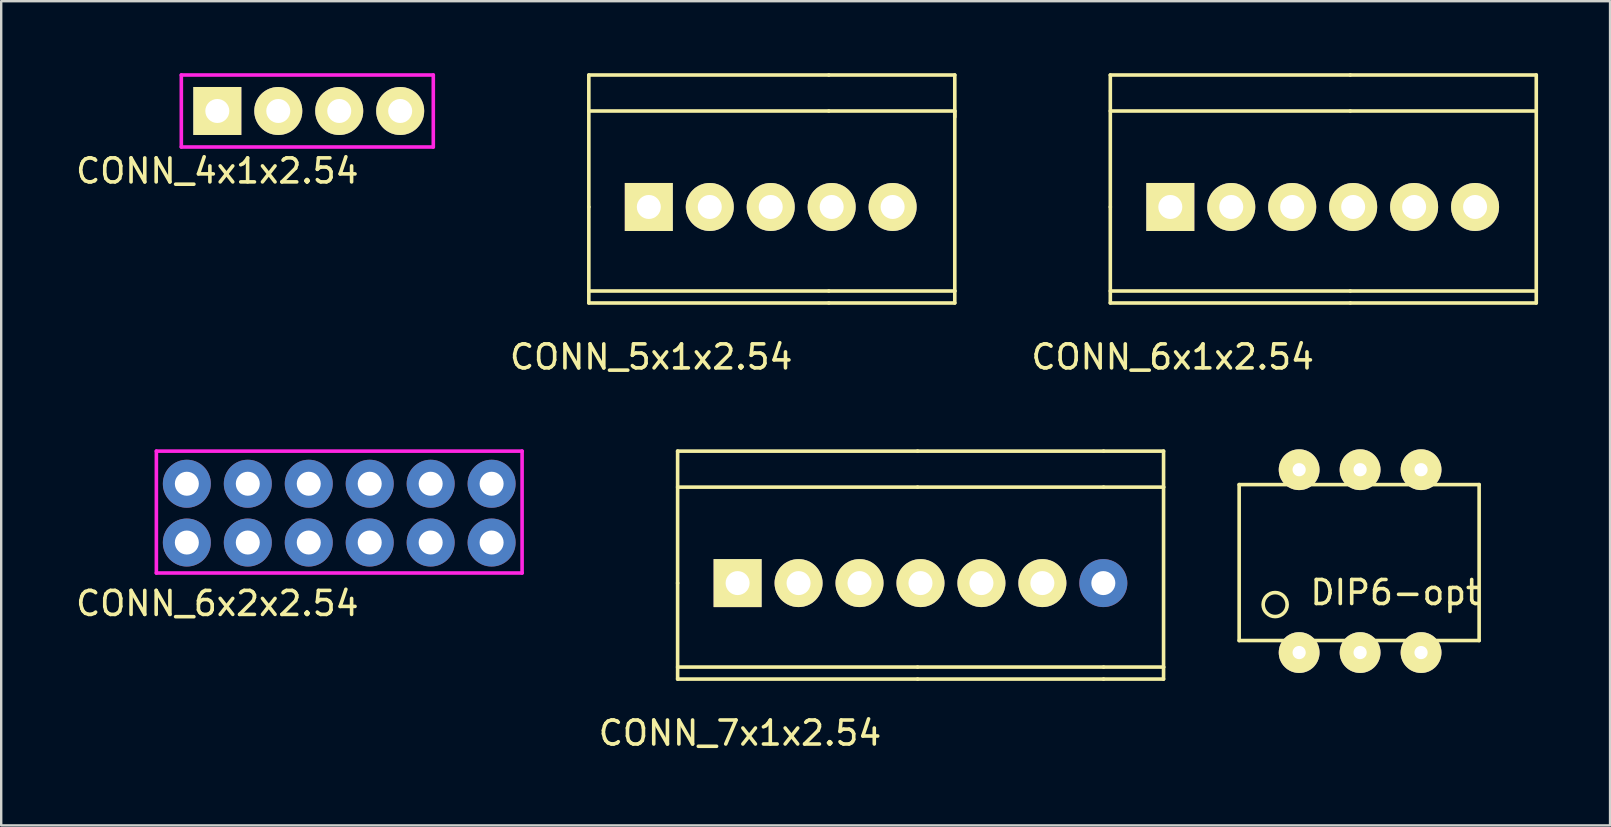
<source format=kicad_pcb>
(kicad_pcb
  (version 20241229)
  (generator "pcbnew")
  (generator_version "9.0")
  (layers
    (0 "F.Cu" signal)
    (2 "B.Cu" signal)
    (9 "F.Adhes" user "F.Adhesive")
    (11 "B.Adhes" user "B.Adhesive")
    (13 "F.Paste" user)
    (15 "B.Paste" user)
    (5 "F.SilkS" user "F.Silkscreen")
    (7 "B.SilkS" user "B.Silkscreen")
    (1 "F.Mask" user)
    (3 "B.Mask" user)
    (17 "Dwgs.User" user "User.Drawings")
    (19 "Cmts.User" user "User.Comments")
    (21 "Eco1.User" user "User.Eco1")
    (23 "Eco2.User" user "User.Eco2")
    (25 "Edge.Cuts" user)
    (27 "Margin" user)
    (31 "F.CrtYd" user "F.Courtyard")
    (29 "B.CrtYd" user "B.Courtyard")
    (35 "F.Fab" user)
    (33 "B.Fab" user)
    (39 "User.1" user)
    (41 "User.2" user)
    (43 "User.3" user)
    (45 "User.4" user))
  (footprint "CONN_6x2x2.54"
    (layer "F.Cu")
    (at 4.736 19.558)
    (property "Reference" "CONN_6x2x2.54" (at 1.27 2.54 0) (layer "F.SilkS") (effects (font (size 1 1) (thickness 0.15))))
    (attr through_hole)
    (fp_line (start -1.27 -3.81) (end -1.27 1.27) (stroke (width 0.15) (type solid)) (layer "F.CrtYd"))
    (fp_line (start -1.27 1.27) (end 13.97 1.27) (stroke (width 0.15) (type solid)) (layer "F.CrtYd"))
    (fp_line (start 13.97 -3.81) (end -1.27 -3.81) (stroke (width 0.15) (type solid)) (layer "F.CrtYd"))
    (fp_line (start 13.97 1.27) (end 13.97 -3.81) (stroke (width 0.15) (type solid)) (layer "F.CrtYd"))
    (pad "1" thru_hole circle (at 0 0) (size 2 2) (drill 1) (layers "*.Cu" "*.Mask"))
    (pad "2" thru_hole circle (at 2.54 0) (size 2 2) (drill 1) (layers "*.Cu" "*.Mask"))
    (pad "3" thru_hole circle (at 5.08 0) (size 2 2) (drill 1) (layers "*.Cu" "*.Mask"))
    (pad "4" thru_hole circle (at 7.62 0) (size 2 2) (drill 1) (layers "*.Cu" "*.Mask"))
    (pad "5" thru_hole circle (at 10.16 0) (size 2 2) (drill 1) (layers "*.Cu" "*.Mask"))
    (pad "6" thru_hole circle (at 12.7 0) (size 2 2) (drill 1) (layers "*.Cu" "*.Mask"))
    (pad "7" thru_hole circle (at 12.7 -2.45) (size 2 2) (drill 1) (layers "*.Cu" "*.Mask"))
    (pad "8" thru_hole circle (at 10.16 -2.45) (size 2 2) (drill 1) (layers "*.Cu" "*.Mask"))
    (pad "9" thru_hole circle (at 7.62 -2.45) (size 2 2) (drill 1) (layers "*.Cu" "*.Mask"))
    (pad "10" thru_hole circle (at 5.08 -2.45) (size 2 2) (drill 1) (layers "*.Cu" "*.Mask"))
    (pad "11" thru_hole circle (at 2.54 -2.45) (size 2 2) (drill 1) (layers "*.Cu" "*.Mask"))
    (pad "12" thru_hole circle (at 0 -2.45) (size 2 2) (drill 1) (layers "*.Cu" "*.Mask")))
  (footprint "CONN_7x1x2.54"
    (layer "F.Cu")
    (at 27.687 21.248)
    (property "Reference" "CONN_7x1x2.54" (at 0.1 6.25 0) (layer "F.SilkS") (effects (font (size 1 1) (thickness 0.15))))
    (attr through_hole)
    (fp_line (start -2.5 -5.5) (end -2.5 0) (stroke (width 0.15) (type solid)) (layer "F.SilkS"))
    (fp_line (start -2.5 -4) (end 7.5 -4) (stroke (width 0.15) (type solid)) (layer "F.SilkS"))
    (fp_line (start -2.5 0) (end -2.5 4) (stroke (width 0.15) (type solid)) (layer "F.SilkS"))
    (fp_line (start -2.5 3.5) (end 7.5 3.5) (stroke (width 0.15) (type solid)) (layer "F.SilkS"))
    (fp_line (start -2.5 4) (end 7.5 4) (stroke (width 0.15) (type solid)) (layer "F.SilkS"))
    (fp_line (start 7.5 -5.5) (end -2.5 -5.5) (stroke (width 0.15) (type solid)) (layer "F.SilkS"))
    (fp_line (start 7.5 -5.5) (end 15.25 -5.5) (stroke (width 0.15) (type solid)) (layer "F.SilkS"))
    (fp_line (start 7.5 3.5) (end 15.25 3.5) (stroke (width 0.15) (type solid)) (layer "F.SilkS"))
    (fp_line (start 7.5 4) (end 15.25 4) (stroke (width 0.15) (type solid)) (layer "F.SilkS"))
    (fp_line (start 15.25 -4) (end 7.5 -4) (stroke (width 0.15) (type solid)) (layer "F.SilkS"))
    (fp_line (start 15.25 -4) (end 17.75 -4) (stroke (width 0.15) (type solid)) (layer "F.SilkS"))
    (fp_line (start 15.25 4) (end 17.75 4) (stroke (width 0.15) (type solid)) (layer "F.SilkS"))
    (fp_line (start 17.75 -5.5) (end 15.25 -5.5) (stroke (width 0.15) (type solid)) (layer "F.SilkS"))
    (fp_line (start 17.75 -4) (end 17.75 -5.5) (stroke (width 0.15) (type solid)) (layer "F.SilkS"))
    (fp_line (start 17.75 -4) (end 17.75 3.5) (stroke (width 0.15) (type solid)) (layer "F.SilkS"))
    (fp_line (start 17.75 3.5) (end 15.25 3.5) (stroke (width 0.15) (type solid)) (layer "F.SilkS"))
    (fp_line (start 17.75 4) (end 17.75 3.5) (stroke (width 0.15) (type solid)) (layer "F.SilkS"))
    (pad "1" thru_hole rect (at 0 0) (size 2 2) (drill 1) (layers "*.Cu" "*.Mask" "F.SilkS"))
    (pad "2" thru_hole circle (at 2.54 0) (size 2 2) (drill 1) (layers "*.Cu" "*.Mask" "F.SilkS"))
    (pad "3" thru_hole circle (at 5.08 0) (size 2 2) (drill 1) (layers "*.Cu" "*.Mask" "F.SilkS"))
    (pad "4" thru_hole circle (at 7.62 0) (size 2 2) (drill 1) (layers "*.Cu" "*.Mask" "F.SilkS"))
    (pad "5" thru_hole circle (at 10.16 0) (size 2 2) (drill 1) (layers "*.Cu" "*.Mask" "F.SilkS"))
    (pad "6" thru_hole circle (at 12.7 0) (size 2 2) (drill 1) (layers "*.Cu" "*.Mask" "F.SilkS"))
    (pad "7" thru_hole circle (at 15.24 0) (size 2 2) (drill 1) (layers "*.Cu" "*.Mask")))
  (footprint "DIP6-opt"
    (layer "F.Cu")
    (at 53.587 20.143)
    (property "Reference" "DIP6-opt" (at 1.5 1.5 0) (layer "F.SilkS") (effects (font (size 1 1) (thickness 0.15))))
    (attr through_hole)
    (fp_line (start -5 -3) (end -5 3.5) (stroke (width 0.15) (type solid)) (layer "F.SilkS"))
    (fp_line (start -5 -3) (end 5 -3) (stroke (width 0.15) (type solid)) (layer "F.SilkS"))
    (fp_line (start 5 3.5) (end -5 3.5) (stroke (width 0.15) (type solid)) (layer "F.SilkS"))
    (fp_line (start 5 3.5) (end 5 -3) (stroke (width 0.15) (type solid)) (layer "F.SilkS"))
    (fp_circle (center -3.5 2) (end -3 2) (stroke (width 0.15) (type solid)) (fill no) (layer "F.SilkS"))
    (pad "1" thru_hole circle (at -2.5 4) (size 1.7 1.7) (drill 0.55) (layers "*.Cu" "*.Mask" "F.SilkS"))
    (pad "2" thru_hole circle (at 0.04 4) (size 1.7 1.7) (drill 0.55) (layers "*.Cu" "*.Mask" "F.SilkS"))
    (pad "3" thru_hole circle (at 2.58 4) (size 1.7 1.7) (drill 0.55) (layers "*.Cu" "*.Mask" "F.SilkS"))
    (pad "4" thru_hole circle (at 2.58 -3.62) (size 1.7 1.7) (drill 0.55) (layers "*.Cu" "*.Mask" "F.SilkS"))
    (pad "5" thru_hole circle (at 0.04 -3.62) (size 1.7 1.7) (drill 0.55) (layers "*.Cu" "*.Mask" "F.SilkS"))
    (pad "6" thru_hole circle (at -2.5 -3.62) (size 1.7 1.7) (drill 0.55) (layers "*.Cu" "*.Mask" "F.SilkS")))
  (footprint "CONN_5x1x2.54"
    (layer "F.Cu")
    (at 23.987 5.575)
    (property "Reference" "CONN_5x1x2.54" (at 0.1 6.25 0) (layer "F.SilkS") (effects (font (size 1 1) (thickness 0.15))))
    (attr through_hole)
    (fp_line (start -2.5 -5.5) (end -2.5 0) (stroke (width 0.15) (type solid)) (layer "F.SilkS"))
    (fp_line (start -2.5 -4) (end 7.5 -4) (stroke (width 0.15) (type solid)) (layer "F.SilkS"))
    (fp_line (start -2.5 0) (end -2.5 4) (stroke (width 0.15) (type solid)) (layer "F.SilkS"))
    (fp_line (start -2.5 3.5) (end 7.5 3.5) (stroke (width 0.15) (type solid)) (layer "F.SilkS"))
    (fp_line (start -2.5 4) (end 7.5 4) (stroke (width 0.15) (type solid)) (layer "F.SilkS"))
    (fp_line (start 7.5 -5.5) (end -2.5 -5.5) (stroke (width 0.15) (type solid)) (layer "F.SilkS"))
    (fp_line (start 7.5 -5.5) (end 12.75 -5.5) (stroke (width 0.15) (type solid)) (layer "F.SilkS"))
    (fp_line (start 7.5 3.5) (end 12.75 3.5) (stroke (width 0.15) (type solid)) (layer "F.SilkS"))
    (fp_line (start 7.5 4) (end 12.75 4) (stroke (width 0.15) (type solid)) (layer "F.SilkS"))
    (fp_line (start 12.75 -5.5) (end 12.75 -3.75) (stroke (width 0.15) (type solid)) (layer "F.SilkS"))
    (fp_line (start 12.75 -4) (end 7.5 -4) (stroke (width 0.15) (type solid)) (layer "F.SilkS"))
    (fp_line (start 12.75 3.5) (end 12.75 -4) (stroke (width 0.15) (type solid)) (layer "F.SilkS"))
    (fp_line (start 12.75 4) (end 12.75 3.5) (stroke (width 0.15) (type solid)) (layer "F.SilkS"))
    (pad "1" thru_hole rect (at 0 0) (size 2 2) (drill 1) (layers "*.Cu" "*.Mask" "F.SilkS"))
    (pad "2" thru_hole circle (at 2.54 0) (size 2 2) (drill 1) (layers "*.Cu" "*.Mask" "F.SilkS"))
    (pad "3" thru_hole circle (at 5.08 0) (size 2 2) (drill 1) (layers "*.Cu" "*.Mask" "F.SilkS"))
    (pad "4" thru_hole circle (at 7.62 0) (size 2 2) (drill 1) (layers "*.Cu" "*.Mask" "F.SilkS"))
    (pad "5" thru_hole circle (at 10.16 0) (size 2 2) (drill 1) (layers "*.Cu" "*.Mask" "F.SilkS")))
  (footprint "CONN_6x1x2.54"
    (layer "F.Cu")
    (at 45.718 5.575)
    (property "Reference" "CONN_6x1x2.54" (at 0.1 6.25 0) (layer "F.SilkS") (effects (font (size 1 1) (thickness 0.15))))
    (attr through_hole)
    (fp_line (start -2.5 -5.5) (end -2.5 0) (stroke (width 0.15) (type solid)) (layer "F.SilkS"))
    (fp_line (start -2.5 -4) (end 7.5 -4) (stroke (width 0.15) (type solid)) (layer "F.SilkS"))
    (fp_line (start -2.5 0) (end -2.5 4) (stroke (width 0.15) (type solid)) (layer "F.SilkS"))
    (fp_line (start -2.5 3.5) (end 7.5 3.5) (stroke (width 0.15) (type solid)) (layer "F.SilkS"))
    (fp_line (start -2.5 4) (end 7.5 4) (stroke (width 0.15) (type solid)) (layer "F.SilkS"))
    (fp_line (start 7.5 -5.5) (end -2.5 -5.5) (stroke (width 0.15) (type solid)) (layer "F.SilkS"))
    (fp_line (start 7.5 -5.5) (end 15.25 -5.5) (stroke (width 0.15) (type solid)) (layer "F.SilkS"))
    (fp_line (start 7.5 3.5) (end 15.25 3.5) (stroke (width 0.15) (type solid)) (layer "F.SilkS"))
    (fp_line (start 7.5 4) (end 15.25 4) (stroke (width 0.15) (type solid)) (layer "F.SilkS"))
    (fp_line (start 15.25 -5.5) (end 15.25 4) (stroke (width 0.15) (type solid)) (layer "F.SilkS"))
    (fp_line (start 15.25 -4) (end 7.5 -4) (stroke (width 0.15) (type solid)) (layer "F.SilkS"))
    (pad "1" thru_hole rect (at 0 0) (size 2 2) (drill 1) (layers "*.Cu" "*.Mask" "F.SilkS"))
    (pad "2" thru_hole circle (at 2.54 0) (size 2 2) (drill 1) (layers "*.Cu" "*.Mask" "F.SilkS"))
    (pad "3" thru_hole circle (at 5.08 0) (size 2 2) (drill 1) (layers "*.Cu" "*.Mask" "F.SilkS"))
    (pad "4" thru_hole circle (at 7.62 0) (size 2 2) (drill 1) (layers "*.Cu" "*.Mask" "F.SilkS"))
    (pad "5" thru_hole circle (at 10.16 0) (size 2 2) (drill 1) (layers "*.Cu" "*.Mask" "F.SilkS"))
    (pad "6" thru_hole circle (at 12.7 0) (size 2 2) (drill 1) (layers "*.Cu" "*.Mask" "F.SilkS")))
  (footprint "CONN_4x1x2.54"
    (layer "F.Cu")
    (at 6.006 1.575)
    (property "Reference" "CONN_4x1x2.54" (at 0 2.5 0) (layer "F.SilkS") (effects (font (size 1 1) (thickness 0.15))))
    (attr through_hole)
    (fp_line (start -1.5 -1.5) (end 9 -1.5) (stroke (width 0.15) (type solid)) (layer "F.CrtYd"))
    (fp_line (start -1.5 1.5) (end -1.5 -1.5) (stroke (width 0.15) (type solid)) (layer "F.CrtYd"))
    (fp_line (start 9 -1.5) (end 9 1.5) (stroke (width 0.15) (type solid)) (layer "F.CrtYd"))
    (fp_line (start 9 1.5) (end -1.5 1.5) (stroke (width 0.15) (type solid)) (layer "F.CrtYd"))
    (pad "1" thru_hole rect (at 0 0) (size 2 2) (drill 1) (layers "*.Cu" "*.Mask" "F.SilkS"))
    (pad "2" thru_hole circle (at 2.54 0) (size 2 2) (drill 1) (layers "*.Cu" "*.Mask" "F.SilkS"))
    (pad "3" thru_hole circle (at 5.08 0) (size 2 2) (drill 1) (layers "*.Cu" "*.Mask" "F.SilkS"))
    (pad "4" thru_hole circle (at 7.62 0) (size 2 2) (drill 1) (layers "*.Cu" "*.Mask" "F.SilkS")))
  (gr_rect
    (start -3 -3)
    (end 64.043 31.346)
    (stroke (width 0.1) (type default))
    (fill no)
    (layer "Edge.Cuts")))
</source>
